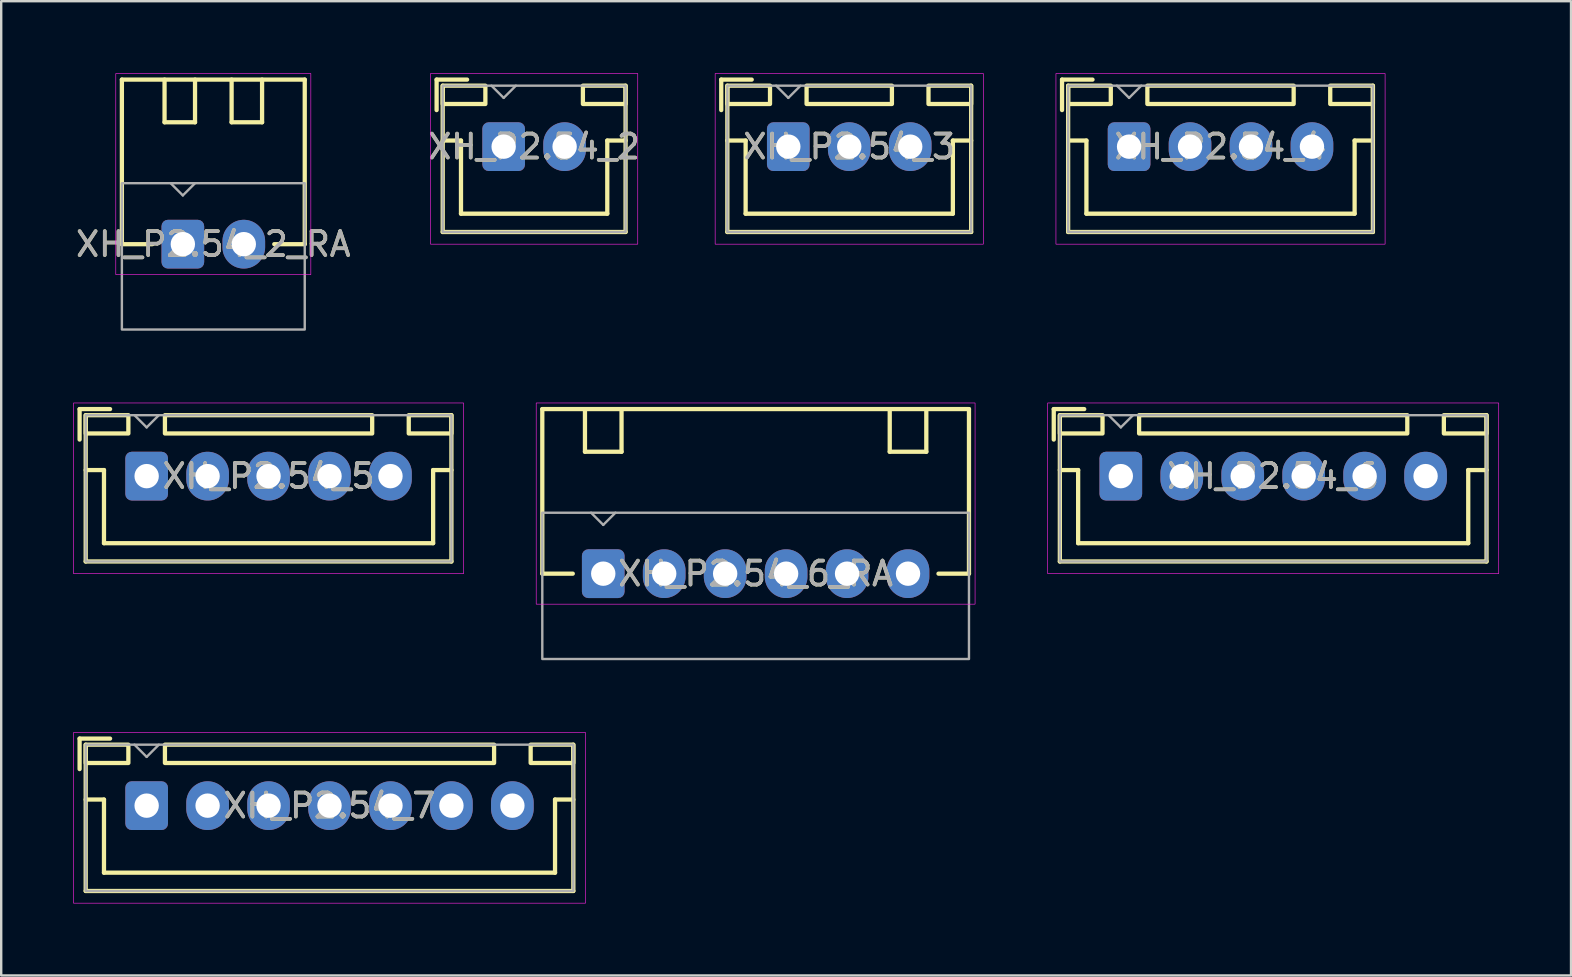
<source format=kicad_pcb>
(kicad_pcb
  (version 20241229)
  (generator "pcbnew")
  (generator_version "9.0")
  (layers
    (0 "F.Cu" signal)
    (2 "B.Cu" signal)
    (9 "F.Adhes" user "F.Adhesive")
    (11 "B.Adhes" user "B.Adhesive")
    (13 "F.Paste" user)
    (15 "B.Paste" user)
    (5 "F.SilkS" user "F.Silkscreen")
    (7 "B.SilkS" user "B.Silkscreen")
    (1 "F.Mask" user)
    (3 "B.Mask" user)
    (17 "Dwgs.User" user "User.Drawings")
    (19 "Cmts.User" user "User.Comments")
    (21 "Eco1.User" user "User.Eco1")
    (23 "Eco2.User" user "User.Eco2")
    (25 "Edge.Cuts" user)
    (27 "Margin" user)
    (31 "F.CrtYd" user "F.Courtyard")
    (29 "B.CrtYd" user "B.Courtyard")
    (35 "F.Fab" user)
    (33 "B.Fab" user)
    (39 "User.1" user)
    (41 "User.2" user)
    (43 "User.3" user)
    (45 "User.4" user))
  (footprint "XH_P2.54_4"
    (layer "F.Cu")
    (at 47.81 3.061)
    (property "Reference" "XH_P2.54_4" (at 0 0 0) (layer "F.SilkS") (effects (font (size 1 1) (thickness 0.15))))
    (attr through_hole)
    (fp_line (start -6.604 -2.794) (end -5.334 -2.794) (stroke (width 0.178) (type solid)) (layer "F.SilkS"))
    (fp_line (start -6.604 -1.524) (end -6.604 -2.794) (stroke (width 0.178) (type solid)) (layer "F.SilkS"))
    (fp_line (start -6.35 -2.54) (end -6.35 3.556) (stroke (width 0.178) (type solid)) (layer "F.SilkS"))
    (fp_line (start -6.35 -0.254) (end -5.588 -0.254) (stroke (width 0.178) (type solid)) (layer "F.SilkS"))
    (fp_line (start -6.35 3.556) (end 6.35 3.556) (stroke (width 0.178) (type solid)) (layer "F.SilkS"))
    (fp_line (start -5.588 -0.254) (end -5.588 2.794) (stroke (width 0.178) (type solid)) (layer "F.SilkS"))
    (fp_line (start -5.588 2.794) (end 5.588 2.794) (stroke (width 0.178) (type solid)) (layer "F.SilkS"))
    (fp_line (start 5.588 -0.254) (end 5.588 2.794) (stroke (width 0.178) (type solid)) (layer "F.SilkS"))
    (fp_line (start 5.588 -0.254) (end 6.35 -0.254) (stroke (width 0.178) (type solid)) (layer "F.SilkS"))
    (fp_line (start 6.35 -2.54) (end 6.35 3.556) (stroke (width 0.178) (type solid)) (layer "F.SilkS"))
    (fp_rect (start -6.35 -2.54) (end -4.572 -1.778) (stroke (width 0.178) (type solid)) (fill no) (layer "F.SilkS"))
    (fp_rect (start -3.048 -2.54) (end 3.048 -1.778) (stroke (width 0.178) (type solid)) (fill no) (layer "F.SilkS"))
    (fp_rect (start 4.572 -2.54) (end 6.35 -1.778) (stroke (width 0.178) (type solid)) (fill no) (layer "F.SilkS"))
    (fp_rect (start -6.858 -3.048) (end 6.858 4.064) (stroke (width 0.025) (type solid)) (fill no) (layer "F.CrtYd"))
    (fp_line (start -4.318 -2.54) (end -3.81 -2.032) (stroke (width 0.1) (type solid)) (layer "F.Fab"))
    (fp_line (start -3.302 -2.54) (end -3.81 -2.032) (stroke (width 0.1) (type solid)) (layer "F.Fab"))
    (fp_rect (start -6.35 -2.54) (end 6.35 3.556) (stroke (width 0.1) (type solid)) (fill no) (layer "F.Fab"))
    (fp_text user "${REFERENCE}" (at 0 0 0) (layer "F.Fab") (effects (font (size 1 1) (thickness 0.15))))
    (pad "1" thru_hole roundrect (at -3.81 0) (size 1.778 2.032) (drill 1.016) (layers "*.Cu" "*.Mask") (roundrect_rratio 0.15))
    (pad "2" thru_hole oval (at -1.27 0) (size 1.778 2.032) (drill 1.016) (layers "*.Cu" "*.Mask"))
    (pad "3" thru_hole oval (at 1.27 0) (size 1.778 2.032) (drill 1.016) (layers "*.Cu" "*.Mask"))
    (pad "4" thru_hole oval (at 3.81 0) (size 1.778 2.032) (drill 1.016) (layers "*.Cu" "*.Mask")))
  (footprint "XH_P2.54_2"
    (layer "F.Cu")
    (at 19.208 3.061)
    (property "Reference" "XH_P2.54_2" (at 0 0 0) (layer "F.SilkS") (effects (font (size 1 1) (thickness 0.15))))
    (attr through_hole)
    (fp_line (start -4.064 -2.794) (end -2.794 -2.794) (stroke (width 0.178) (type solid)) (layer "F.SilkS"))
    (fp_line (start -4.064 -1.524) (end -4.064 -2.794) (stroke (width 0.178) (type solid)) (layer "F.SilkS"))
    (fp_line (start -3.81 -2.54) (end -3.81 3.556) (stroke (width 0.178) (type solid)) (layer "F.SilkS"))
    (fp_line (start -3.81 -0.254) (end -3.048 -0.254) (stroke (width 0.178) (type solid)) (layer "F.SilkS"))
    (fp_line (start -3.81 3.556) (end 3.81 3.556) (stroke (width 0.178) (type solid)) (layer "F.SilkS"))
    (fp_line (start -3.048 -0.254) (end -3.048 2.794) (stroke (width 0.178) (type solid)) (layer "F.SilkS"))
    (fp_line (start -3.048 2.794) (end 3.048 2.794) (stroke (width 0.178) (type solid)) (layer "F.SilkS"))
    (fp_line (start 3.048 -0.254) (end 3.048 2.794) (stroke (width 0.178) (type solid)) (layer "F.SilkS"))
    (fp_line (start 3.048 -0.254) (end 3.81 -0.254) (stroke (width 0.178) (type solid)) (layer "F.SilkS"))
    (fp_line (start 3.81 -2.54) (end 3.81 3.556) (stroke (width 0.178) (type solid)) (layer "F.SilkS"))
    (fp_rect (start -3.81 -2.54) (end -2.032 -1.778) (stroke (width 0.178) (type solid)) (fill no) (layer "F.SilkS"))
    (fp_rect (start 2.032 -2.54) (end 3.81 -1.778) (stroke (width 0.178) (type solid)) (fill no) (layer "F.SilkS"))
    (fp_rect (start -4.318 -3.048) (end 4.318 4.064) (stroke (width 0.025) (type solid)) (fill no) (layer "F.CrtYd"))
    (fp_line (start -1.778 -2.54) (end -1.27 -2.032) (stroke (width 0.1) (type solid)) (layer "F.Fab"))
    (fp_line (start -0.762 -2.54) (end -1.27 -2.032) (stroke (width 0.1) (type solid)) (layer "F.Fab"))
    (fp_rect (start -3.81 -2.54) (end 3.81 3.556) (stroke (width 0.1) (type solid)) (fill no) (layer "F.Fab"))
    (fp_text user "${REFERENCE}" (at 0 0 0) (layer "F.Fab") (effects (font (size 1 1) (thickness 0.15))))
    (pad "1" thru_hole roundrect (at -1.27 0) (size 1.778 2.032) (drill 1.016) (layers "*.Cu" "*.Mask") (roundrect_rratio 0.15))
    (pad "2" thru_hole oval (at 1.27 0) (size 1.778 2.032) (drill 1.016) (layers "*.Cu" "*.Mask")))
  (footprint "XH_P2.54_3"
    (layer "F.Cu")
    (at 32.339 3.061)
    (property "Reference" "XH_P2.54_3" (at 0 0 0) (layer "F.SilkS") (effects (font (size 1 1) (thickness 0.15))))
    (attr through_hole)
    (fp_line (start -5.334 -2.794) (end -4.064 -2.794) (stroke (width 0.178) (type solid)) (layer "F.SilkS"))
    (fp_line (start -5.334 -1.524) (end -5.334 -2.794) (stroke (width 0.178) (type solid)) (layer "F.SilkS"))
    (fp_line (start -5.08 -2.54) (end -5.08 3.556) (stroke (width 0.178) (type solid)) (layer "F.SilkS"))
    (fp_line (start -5.08 -0.254) (end -4.318 -0.254) (stroke (width 0.178) (type solid)) (layer "F.SilkS"))
    (fp_line (start -5.08 3.556) (end 5.08 3.556) (stroke (width 0.178) (type solid)) (layer "F.SilkS"))
    (fp_line (start -4.318 -0.254) (end -4.318 2.794) (stroke (width 0.178) (type solid)) (layer "F.SilkS"))
    (fp_line (start -4.318 2.794) (end 4.318 2.794) (stroke (width 0.178) (type solid)) (layer "F.SilkS"))
    (fp_line (start 4.318 -0.254) (end 4.318 2.794) (stroke (width 0.178) (type solid)) (layer "F.SilkS"))
    (fp_line (start 4.318 -0.254) (end 5.08 -0.254) (stroke (width 0.178) (type solid)) (layer "F.SilkS"))
    (fp_line (start 5.08 -2.54) (end 5.08 3.556) (stroke (width 0.178) (type solid)) (layer "F.SilkS"))
    (fp_rect (start -5.08 -2.54) (end -3.302 -1.778) (stroke (width 0.178) (type solid)) (fill no) (layer "F.SilkS"))
    (fp_rect (start -1.778 -2.54) (end 1.778 -1.778) (stroke (width 0.178) (type solid)) (fill no) (layer "F.SilkS"))
    (fp_rect (start 3.302 -2.54) (end 5.08 -1.778) (stroke (width 0.178) (type solid)) (fill no) (layer "F.SilkS"))
    (fp_rect (start -5.588 -3.048) (end 5.588 4.064) (stroke (width 0.025) (type solid)) (fill no) (layer "F.CrtYd"))
    (fp_line (start -3.048 -2.54) (end -2.54 -2.032) (stroke (width 0.1) (type solid)) (layer "F.Fab"))
    (fp_line (start -2.032 -2.54) (end -2.54 -2.032) (stroke (width 0.1) (type solid)) (layer "F.Fab"))
    (fp_rect (start -5.08 -2.54) (end 5.08 3.556) (stroke (width 0.1) (type solid)) (fill no) (layer "F.Fab"))
    (fp_text user "${REFERENCE}" (at 0 0 0) (layer "F.Fab") (effects (font (size 1 1) (thickness 0.15))))
    (pad "1" thru_hole roundrect (at -2.54 0) (size 1.778 2.032) (drill 1.016) (layers "*.Cu" "*.Mask") (roundrect_rratio 0.15))
    (pad "2" thru_hole oval (at 0 0) (size 1.778 2.032) (drill 1.016) (layers "*.Cu" "*.Mask"))
    (pad "3" thru_hole oval (at 2.54 0) (size 1.778 2.032) (drill 1.016) (layers "*.Cu" "*.Mask")))
  (footprint "XH_P2.54_6"
    (layer "F.Cu")
    (at 50.005 16.791)
    (property "Reference" "XH_P2.54_6" (at 0 0 0) (layer "F.SilkS") (effects (font (size 1 1) (thickness 0.15))))
    (attr through_hole)
    (fp_line (start -9.144 -2.794) (end -7.874 -2.794) (stroke (width 0.178) (type solid)) (layer "F.SilkS"))
    (fp_line (start -9.144 -1.524) (end -9.144 -2.794) (stroke (width 0.178) (type solid)) (layer "F.SilkS"))
    (fp_line (start -8.89 -2.54) (end -8.89 3.556) (stroke (width 0.178) (type solid)) (layer "F.SilkS"))
    (fp_line (start -8.89 -0.254) (end -8.128 -0.254) (stroke (width 0.178) (type solid)) (layer "F.SilkS"))
    (fp_line (start -8.89 3.556) (end 8.89 3.556) (stroke (width 0.178) (type solid)) (layer "F.SilkS"))
    (fp_line (start -8.128 -0.254) (end -8.128 2.794) (stroke (width 0.178) (type solid)) (layer "F.SilkS"))
    (fp_line (start -8.128 2.794) (end 8.128 2.794) (stroke (width 0.178) (type solid)) (layer "F.SilkS"))
    (fp_line (start 8.128 -0.254) (end 8.128 2.794) (stroke (width 0.178) (type solid)) (layer "F.SilkS"))
    (fp_line (start 8.128 -0.254) (end 8.89 -0.254) (stroke (width 0.178) (type solid)) (layer "F.SilkS"))
    (fp_line (start 8.89 -2.54) (end 8.89 3.556) (stroke (width 0.178) (type solid)) (layer "F.SilkS"))
    (fp_rect (start -7.112 -1.778) (end -8.89 -2.54) (stroke (width 0.178) (type solid)) (fill no) (layer "F.SilkS"))
    (fp_rect (start -5.588 -2.54) (end 5.588 -1.778) (stroke (width 0.178) (type solid)) (fill no) (layer "F.SilkS"))
    (fp_rect (start 7.112 -2.54) (end 8.89 -1.778) (stroke (width 0.178) (type solid)) (fill no) (layer "F.SilkS"))
    (fp_rect (start -9.398 -3.048) (end 9.398 4.064) (stroke (width 0.025) (type solid)) (fill no) (layer "F.CrtYd"))
    (fp_line (start -6.858 -2.54) (end -6.35 -2.032) (stroke (width 0.1) (type solid)) (layer "F.Fab"))
    (fp_line (start -5.842 -2.54) (end -6.35 -2.032) (stroke (width 0.1) (type solid)) (layer "F.Fab"))
    (fp_rect (start -8.89 -2.54) (end 8.89 3.556) (stroke (width 0.1) (type solid)) (fill no) (layer "F.Fab"))
    (fp_text user "${REFERENCE}" (at 0 0 0) (layer "F.Fab") (effects (font (size 1 1) (thickness 0.15))))
    (pad "1" thru_hole roundrect (at -6.35 0) (size 1.778 2.032) (drill 1.016) (layers "*.Cu" "*.Mask") (roundrect_rratio 0.15))
    (pad "2" thru_hole oval (at -3.81 0) (size 1.778 2.032) (drill 1.016) (layers "*.Cu" "*.Mask"))
    (pad "3" thru_hole oval (at -1.27 0) (size 1.778 2.032) (drill 1.016) (layers "*.Cu" "*.Mask"))
    (pad "4" thru_hole oval (at 1.27 0) (size 1.778 2.032) (drill 1.016) (layers "*.Cu" "*.Mask"))
    (pad "5" thru_hole oval (at 3.81 0) (size 1.778 2.032) (drill 1.016) (layers "*.Cu" "*.Mask"))
    (pad "6" thru_hole oval (at 6.35 0) (size 1.778 2.032) (drill 1.016) (layers "*.Cu" "*.Mask")))
  (footprint "XH_P2.54_6_RA"
    (layer "F.Cu")
    (at 28.438 20.855)
    (property "Reference" "XH_P2.54_6_RA" (at 0 0 0) (layer "F.SilkS") (effects (font (size 1 1) (thickness 0.15))))
    (attr through_hole)
    (fp_line (start -8.89 -6.858) (end -8.89 0) (stroke (width 0.178) (type solid)) (layer "F.SilkS"))
    (fp_line (start -8.89 -6.858) (end 8.89 -6.858) (stroke (width 0.178) (type solid)) (layer "F.SilkS"))
    (fp_line (start -8.89 0) (end -7.62 0) (stroke (width 0.178) (type solid)) (layer "F.SilkS"))
    (fp_line (start -7.112 -5.08) (end -7.112 -6.858) (stroke (width 0.178) (type solid)) (layer "F.SilkS"))
    (fp_line (start -7.112 -5.08) (end -5.588 -5.08) (stroke (width 0.178) (type solid)) (layer "F.SilkS"))
    (fp_line (start -5.588 -5.08) (end -5.588 -6.858) (stroke (width 0.178) (type solid)) (layer "F.SilkS"))
    (fp_line (start 5.588 -5.08) (end 5.588 -6.858) (stroke (width 0.178) (type solid)) (layer "F.SilkS"))
    (fp_line (start 5.588 -5.08) (end 7.112 -5.08) (stroke (width 0.178) (type solid)) (layer "F.SilkS"))
    (fp_line (start 7.112 -5.08) (end 7.112 -6.858) (stroke (width 0.178) (type solid)) (layer "F.SilkS"))
    (fp_line (start 7.62 0) (end 8.89 0) (stroke (width 0.178) (type solid)) (layer "F.SilkS"))
    (fp_line (start 8.89 -6.858) (end 8.89 0) (stroke (width 0.178) (type solid)) (layer "F.SilkS"))
    (fp_rect (start -9.144 -7.112) (end 9.144 1.27) (stroke (width 0.025) (type solid)) (fill no) (layer "F.CrtYd"))
    (fp_line (start -6.858 -2.54) (end -6.35 -2.032) (stroke (width 0.1) (type solid)) (layer "F.Fab"))
    (fp_line (start -5.842 -2.54) (end -6.35 -2.032) (stroke (width 0.1) (type solid)) (layer "F.Fab"))
    (fp_rect (start -8.89 -2.54) (end 8.89 3.556) (stroke (width 0.1) (type solid)) (fill no) (layer "F.Fab"))
    (fp_text user "${REFERENCE}" (at 0 0 0) (layer "F.Fab") (effects (font (size 1 1) (thickness 0.15))))
    (pad "1" thru_hole roundrect (at -6.35 0) (size 1.778 2.032) (drill 1.016) (layers "*.Cu" "*.Mask") (roundrect_rratio 0.15))
    (pad "2" thru_hole oval (at -3.81 0) (size 1.778 2.032) (drill 1.016) (layers "*.Cu" "*.Mask"))
    (pad "3" thru_hole oval (at -1.27 0) (size 1.778 2.032) (drill 1.016) (layers "*.Cu" "*.Mask"))
    (pad "4" thru_hole oval (at 1.27 0) (size 1.778 2.032) (drill 1.016) (layers "*.Cu" "*.Mask"))
    (pad "5" thru_hole oval (at 3.81 0) (size 1.778 2.032) (drill 1.016) (layers "*.Cu" "*.Mask"))
    (pad "6" thru_hole oval (at 6.35 0) (size 1.778 2.032) (drill 1.016) (layers "*.Cu" "*.Mask")))
  (footprint "XH_P2.54_5"
    (layer "F.Cu")
    (at 8.141 16.791)
    (property "Reference" "XH_P2.54_5" (at 0 0 0) (layer "F.SilkS") (effects (font (size 1 1) (thickness 0.15))))
    (attr through_hole)
    (fp_line (start -7.874 -2.794) (end -6.604 -2.794) (stroke (width 0.178) (type solid)) (layer "F.SilkS"))
    (fp_line (start -7.874 -1.524) (end -7.874 -2.794) (stroke (width 0.178) (type solid)) (layer "F.SilkS"))
    (fp_line (start -7.62 -2.54) (end -7.62 3.556) (stroke (width 0.178) (type solid)) (layer "F.SilkS"))
    (fp_line (start -7.62 -0.254) (end -6.858 -0.254) (stroke (width 0.178) (type solid)) (layer "F.SilkS"))
    (fp_line (start -7.62 3.556) (end 7.62 3.556) (stroke (width 0.178) (type solid)) (layer "F.SilkS"))
    (fp_line (start -6.858 -0.254) (end -6.858 2.794) (stroke (width 0.178) (type solid)) (layer "F.SilkS"))
    (fp_line (start -6.858 2.794) (end 6.858 2.794) (stroke (width 0.178) (type solid)) (layer "F.SilkS"))
    (fp_line (start 6.858 -0.254) (end 6.858 2.794) (stroke (width 0.178) (type solid)) (layer "F.SilkS"))
    (fp_line (start 6.858 -0.254) (end 7.62 -0.254) (stroke (width 0.178) (type solid)) (layer "F.SilkS"))
    (fp_line (start 7.62 -2.54) (end 7.62 3.556) (stroke (width 0.178) (type solid)) (layer "F.SilkS"))
    (fp_rect (start -7.62 -2.54) (end -5.842 -1.778) (stroke (width 0.178) (type solid)) (fill no) (layer "F.SilkS"))
    (fp_rect (start -4.318 -2.54) (end 4.318 -1.778) (stroke (width 0.178) (type solid)) (fill no) (layer "F.SilkS"))
    (fp_rect (start 5.842 -2.54) (end 7.62 -1.778) (stroke (width 0.178) (type solid)) (fill no) (layer "F.SilkS"))
    (fp_rect (start -8.128 -3.048) (end 8.128 4.064) (stroke (width 0.025) (type solid)) (fill no) (layer "F.CrtYd"))
    (fp_line (start -5.588 -2.54) (end -5.08 -2.032) (stroke (width 0.1) (type solid)) (layer "F.Fab"))
    (fp_line (start -4.572 -2.54) (end -5.08 -2.032) (stroke (width 0.1) (type solid)) (layer "F.Fab"))
    (fp_rect (start -7.62 -2.54) (end 7.62 3.556) (stroke (width 0.1) (type solid)) (fill no) (layer "F.Fab"))
    (fp_text user "${REFERENCE}" (at 0 0 0) (layer "F.Fab") (effects (font (size 1 1) (thickness 0.15))))
    (pad "1" thru_hole roundrect (at -5.08 0) (size 1.778 2.032) (drill 1.016) (layers "*.Cu" "*.Mask") (roundrect_rratio 0.15))
    (pad "2" thru_hole oval (at -2.54 0) (size 1.778 2.032) (drill 1.016) (layers "*.Cu" "*.Mask"))
    (pad "3" thru_hole oval (at 0 0) (size 1.778 2.032) (drill 1.016) (layers "*.Cu" "*.Mask"))
    (pad "4" thru_hole oval (at 2.54 0) (size 1.778 2.032) (drill 1.016) (layers "*.Cu" "*.Mask"))
    (pad "5" thru_hole oval (at 5.08 0) (size 1.778 2.032) (drill 1.016) (layers "*.Cu" "*.Mask")))
  (footprint "XH_P2.54_2_RA"
    (layer "F.Cu")
    (at 5.839 7.125)
    (property "Reference" "XH_P2.54_2_RA" (at 0 0 0) (layer "F.SilkS") (effects (font (size 1 1) (thickness 0.15))))
    (attr through_hole)
    (fp_line (start -3.81 -6.858) (end -3.81 0) (stroke (width 0.178) (type solid)) (layer "F.SilkS"))
    (fp_line (start -3.81 -6.858) (end 3.81 -6.858) (stroke (width 0.178) (type solid)) (layer "F.SilkS"))
    (fp_line (start -3.81 0) (end -2.54 0) (stroke (width 0.178) (type solid)) (layer "F.SilkS"))
    (fp_line (start -2.032 -5.08) (end -2.032 -6.858) (stroke (width 0.178) (type solid)) (layer "F.SilkS"))
    (fp_line (start -2.032 -5.08) (end -0.762 -5.08) (stroke (width 0.178) (type solid)) (layer "F.SilkS"))
    (fp_line (start -0.762 -5.08) (end -0.762 -6.858) (stroke (width 0.178) (type solid)) (layer "F.SilkS"))
    (fp_line (start 0.762 -5.08) (end 0.762 -6.858) (stroke (width 0.178) (type solid)) (layer "F.SilkS"))
    (fp_line (start 0.762 -5.08) (end 2.032 -5.08) (stroke (width 0.178) (type solid)) (layer "F.SilkS"))
    (fp_line (start 2.032 -5.08) (end 2.032 -6.858) (stroke (width 0.178) (type solid)) (layer "F.SilkS"))
    (fp_line (start 2.54 0) (end 3.81 0) (stroke (width 0.178) (type solid)) (layer "F.SilkS"))
    (fp_line (start 3.81 -6.858) (end 3.81 0) (stroke (width 0.178) (type solid)) (layer "F.SilkS"))
    (fp_rect (start -4.064 -7.112) (end 4.064 1.27) (stroke (width 0.025) (type solid)) (fill no) (layer "F.CrtYd"))
    (fp_line (start -1.778 -2.54) (end -1.27 -2.032) (stroke (width 0.1) (type solid)) (layer "F.Fab"))
    (fp_line (start -0.762 -2.54) (end -1.27 -2.032) (stroke (width 0.1) (type solid)) (layer "F.Fab"))
    (fp_rect (start -3.81 -2.54) (end 3.81 3.556) (stroke (width 0.1) (type solid)) (fill no) (layer "F.Fab"))
    (fp_text user "${REFERENCE}" (at 0 0 0) (layer "F.Fab") (effects (font (size 1 1) (thickness 0.15))))
    (pad "1" thru_hole roundrect (at -1.27 0) (size 1.778 2.032) (drill 1.016) (layers "*.Cu" "*.Mask") (roundrect_rratio 0.15))
    (pad "2" thru_hole oval (at 1.27 0) (size 1.778 2.032) (drill 1.016) (layers "*.Cu" "*.Mask")))
  (footprint "XH_P2.54_7"
    (layer "F.Cu")
    (at 10.681 30.522)
    (property "Reference" "XH_P2.54_7" (at 0 0 0) (layer "F.SilkS") (effects (font (size 1 1) (thickness 0.15))))
    (attr through_hole)
    (fp_line (start -10.414 -2.794) (end -9.144 -2.794) (stroke (width 0.178) (type solid)) (layer "F.SilkS"))
    (fp_line (start -10.414 -1.524) (end -10.414 -2.794) (stroke (width 0.178) (type solid)) (layer "F.SilkS"))
    (fp_line (start -10.16 -2.54) (end -10.16 3.556) (stroke (width 0.178) (type solid)) (layer "F.SilkS"))
    (fp_line (start -10.16 -0.254) (end -9.398 -0.254) (stroke (width 0.178) (type solid)) (layer "F.SilkS"))
    (fp_line (start -10.16 3.556) (end 10.16 3.556) (stroke (width 0.178) (type solid)) (layer "F.SilkS"))
    (fp_line (start -9.398 -0.254) (end -9.398 2.794) (stroke (width 0.178) (type solid)) (layer "F.SilkS"))
    (fp_line (start -9.398 2.794) (end 9.398 2.794) (stroke (width 0.178) (type solid)) (layer "F.SilkS"))
    (fp_line (start 9.398 -0.254) (end 9.398 2.794) (stroke (width 0.178) (type solid)) (layer "F.SilkS"))
    (fp_line (start 9.398 -0.254) (end 10.16 -0.254) (stroke (width 0.178) (type solid)) (layer "F.SilkS"))
    (fp_line (start 10.16 -2.54) (end 10.16 3.556) (stroke (width 0.178) (type solid)) (layer "F.SilkS"))
    (fp_rect (start -8.382 -1.778) (end -10.16 -2.54) (stroke (width 0.178) (type solid)) (fill no) (layer "F.SilkS"))
    (fp_rect (start -6.858 -2.54) (end 6.858 -1.778) (stroke (width 0.178) (type solid)) (fill no) (layer "F.SilkS"))
    (fp_rect (start 8.382 -2.54) (end 10.16 -1.778) (stroke (width 0.178) (type solid)) (fill no) (layer "F.SilkS"))
    (fp_rect (start -10.668 -3.048) (end 10.668 4.064) (stroke (width 0.025) (type solid)) (fill no) (layer "F.CrtYd"))
    (fp_line (start -8.128 -2.54) (end -7.62 -2.032) (stroke (width 0.1) (type solid)) (layer "F.Fab"))
    (fp_line (start -7.112 -2.54) (end -7.62 -2.032) (stroke (width 0.1) (type solid)) (layer "F.Fab"))
    (fp_rect (start -10.16 -2.54) (end 10.16 3.556) (stroke (width 0.1) (type solid)) (fill no) (layer "F.Fab"))
    (fp_text user "${REFERENCE}" (at 0 0 0) (layer "F.Fab") (effects (font (size 1 1) (thickness 0.15))))
    (pad "1" thru_hole roundrect (at -7.62 0) (size 1.778 2.032) (drill 1.016) (layers "*.Cu" "*.Mask") (roundrect_rratio 0.15))
    (pad "2" thru_hole oval (at -5.08 0) (size 1.778 2.032) (drill 1.016) (layers "*.Cu" "*.Mask"))
    (pad "3" thru_hole oval (at -2.54 0) (size 1.778 2.032) (drill 1.016) (layers "*.Cu" "*.Mask"))
    (pad "4" thru_hole oval (at 0 0) (size 1.778 2.032) (drill 1.016) (layers "*.Cu" "*.Mask"))
    (pad "5" thru_hole oval (at 2.54 0) (size 1.778 2.032) (drill 1.016) (layers "*.Cu" "*.Mask"))
    (pad "6" thru_hole oval (at 5.08 0) (size 1.778 2.032) (drill 1.016) (layers "*.Cu" "*.Mask"))
    (pad "7" thru_hole oval (at 7.62 0) (size 1.778 2.032) (drill 1.016) (layers "*.Cu" "*.Mask")))
  (gr_rect
    (start -3 -3)
    (end 62.416 37.599)
    (stroke (width 0.1) (type default))
    (fill no)
    (layer "Edge.Cuts")))
</source>
